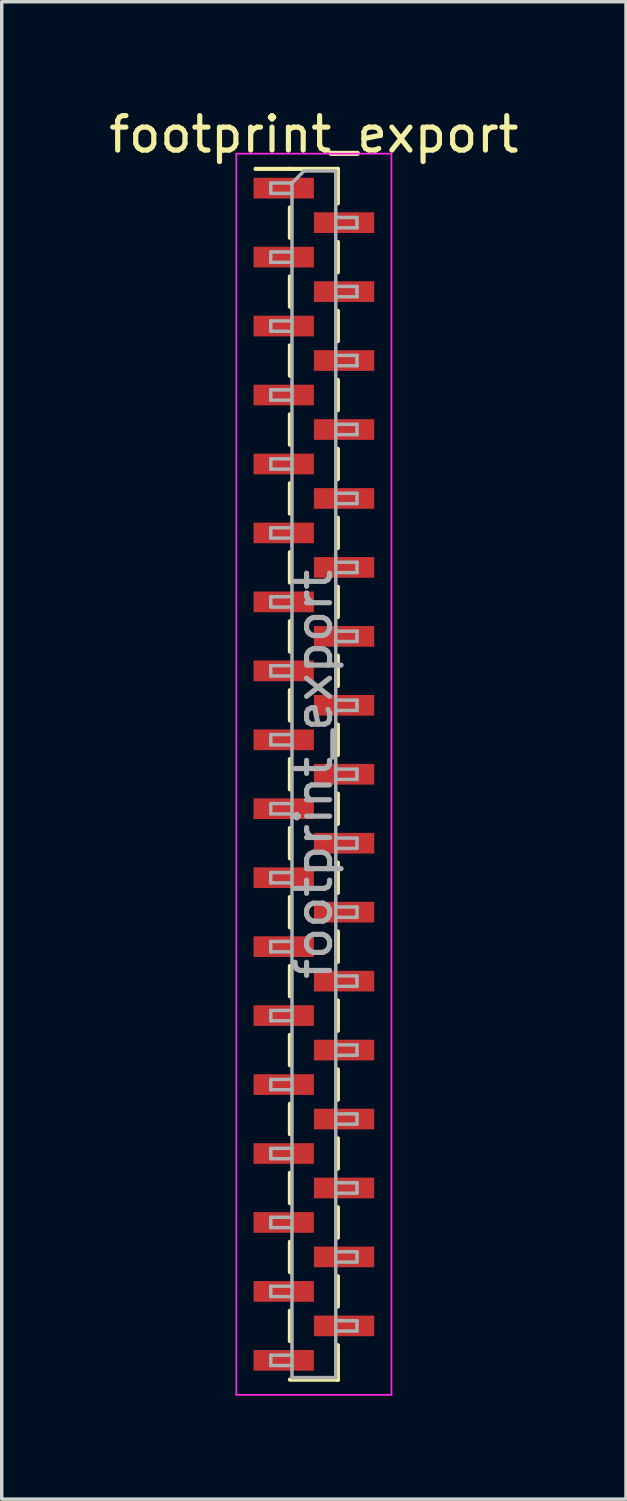
<source format=kicad_pcb>
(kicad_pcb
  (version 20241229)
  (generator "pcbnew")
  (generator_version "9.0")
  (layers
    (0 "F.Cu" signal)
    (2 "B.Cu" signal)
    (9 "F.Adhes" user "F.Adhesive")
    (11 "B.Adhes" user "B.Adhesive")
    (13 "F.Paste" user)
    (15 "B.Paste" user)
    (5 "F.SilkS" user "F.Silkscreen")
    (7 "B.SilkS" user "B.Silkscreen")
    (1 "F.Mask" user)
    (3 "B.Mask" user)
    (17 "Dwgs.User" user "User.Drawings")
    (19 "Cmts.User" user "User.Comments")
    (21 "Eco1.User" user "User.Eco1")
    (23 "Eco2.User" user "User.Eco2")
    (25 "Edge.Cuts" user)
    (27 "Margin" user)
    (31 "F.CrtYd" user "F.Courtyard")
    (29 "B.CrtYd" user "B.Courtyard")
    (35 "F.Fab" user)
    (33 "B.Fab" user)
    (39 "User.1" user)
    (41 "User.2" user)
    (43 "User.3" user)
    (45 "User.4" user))
  (footprint "footprint_export"
    (layer "F.Cu")
    (at 6.054 19.408)
    (property "Reference" "footprint_export" (at 0 -18.56 0) (layer "F.SilkS") (effects (font (size 1 1) (thickness 0.15))))
    (attr smd)
    (fp_line (start -0.695 -17.56) (end -1.69 -17.56) (stroke (width 0.12) (type solid)) (layer "F.SilkS"))
    (fp_line (start -0.695 -17.56) (end -0.695 -17.56) (stroke (width 0.12) (type solid)) (layer "F.SilkS"))
    (fp_line (start -0.695 -17.56) (end 0.695 -17.56) (stroke (width 0.12) (type solid)) (layer "F.SilkS"))
    (fp_line (start -0.695 -16.44) (end -0.695 -15.56) (stroke (width 0.12) (type solid)) (layer "F.SilkS"))
    (fp_line (start -0.695 -14.44) (end -0.695 -13.56) (stroke (width 0.12) (type solid)) (layer "F.SilkS"))
    (fp_line (start -0.695 -12.44) (end -0.695 -11.56) (stroke (width 0.12) (type solid)) (layer "F.SilkS"))
    (fp_line (start -0.695 -10.44) (end -0.695 -9.56) (stroke (width 0.12) (type solid)) (layer "F.SilkS"))
    (fp_line (start -0.695 -8.44) (end -0.695 -7.56) (stroke (width 0.12) (type solid)) (layer "F.SilkS"))
    (fp_line (start -0.695 -6.44) (end -0.695 -5.56) (stroke (width 0.12) (type solid)) (layer "F.SilkS"))
    (fp_line (start -0.695 -4.44) (end -0.695 -3.56) (stroke (width 0.12) (type solid)) (layer "F.SilkS"))
    (fp_line (start -0.695 -2.44) (end -0.695 -1.56) (stroke (width 0.12) (type solid)) (layer "F.SilkS"))
    (fp_line (start -0.695 -0.44) (end -0.695 0.44) (stroke (width 0.12) (type solid)) (layer "F.SilkS"))
    (fp_line (start -0.695 1.56) (end -0.695 2.44) (stroke (width 0.12) (type solid)) (layer "F.SilkS"))
    (fp_line (start -0.695 3.56) (end -0.695 4.44) (stroke (width 0.12) (type solid)) (layer "F.SilkS"))
    (fp_line (start -0.695 5.56) (end -0.695 6.44) (stroke (width 0.12) (type solid)) (layer "F.SilkS"))
    (fp_line (start -0.695 7.56) (end -0.695 8.44) (stroke (width 0.12) (type solid)) (layer "F.SilkS"))
    (fp_line (start -0.695 9.56) (end -0.695 10.44) (stroke (width 0.12) (type solid)) (layer "F.SilkS"))
    (fp_line (start -0.695 11.56) (end -0.695 12.44) (stroke (width 0.12) (type solid)) (layer "F.SilkS"))
    (fp_line (start -0.695 13.56) (end -0.695 14.44) (stroke (width 0.12) (type solid)) (layer "F.SilkS"))
    (fp_line (start -0.695 15.56) (end -0.695 16.44) (stroke (width 0.12) (type solid)) (layer "F.SilkS"))
    (fp_line (start -0.695 17.56) (end 0.695 17.56) (stroke (width 0.12) (type solid)) (layer "F.SilkS"))
    (fp_line (start 0.695 -17.56) (end 0.695 -16.56) (stroke (width 0.12) (type solid)) (layer "F.SilkS"))
    (fp_line (start 0.695 -15.44) (end 0.695 -14.56) (stroke (width 0.12) (type solid)) (layer "F.SilkS"))
    (fp_line (start 0.695 -13.44) (end 0.695 -12.56) (stroke (width 0.12) (type solid)) (layer "F.SilkS"))
    (fp_line (start 0.695 -11.44) (end 0.695 -10.56) (stroke (width 0.12) (type solid)) (layer "F.SilkS"))
    (fp_line (start 0.695 -9.44) (end 0.695 -8.56) (stroke (width 0.12) (type solid)) (layer "F.SilkS"))
    (fp_line (start 0.695 -7.44) (end 0.695 -6.56) (stroke (width 0.12) (type solid)) (layer "F.SilkS"))
    (fp_line (start 0.695 -5.44) (end 0.695 -4.56) (stroke (width 0.12) (type solid)) (layer "F.SilkS"))
    (fp_line (start 0.695 -3.44) (end 0.695 -2.56) (stroke (width 0.12) (type solid)) (layer "F.SilkS"))
    (fp_line (start 0.695 -1.44) (end 0.695 -0.56) (stroke (width 0.12) (type solid)) (layer "F.SilkS"))
    (fp_line (start 0.695 0.56) (end 0.695 1.44) (stroke (width 0.12) (type solid)) (layer "F.SilkS"))
    (fp_line (start 0.695 2.56) (end 0.695 3.44) (stroke (width 0.12) (type solid)) (layer "F.SilkS"))
    (fp_line (start 0.695 4.56) (end 0.695 5.44) (stroke (width 0.12) (type solid)) (layer "F.SilkS"))
    (fp_line (start 0.695 6.56) (end 0.695 7.44) (stroke (width 0.12) (type solid)) (layer "F.SilkS"))
    (fp_line (start 0.695 8.56) (end 0.695 9.44) (stroke (width 0.12) (type solid)) (layer "F.SilkS"))
    (fp_line (start 0.695 10.56) (end 0.695 11.44) (stroke (width 0.12) (type solid)) (layer "F.SilkS"))
    (fp_line (start 0.695 12.56) (end 0.695 13.44) (stroke (width 0.12) (type solid)) (layer "F.SilkS"))
    (fp_line (start 0.695 14.56) (end 0.695 15.44) (stroke (width 0.12) (type solid)) (layer "F.SilkS"))
    (fp_line (start 0.695 16.56) (end 0.695 17.56) (stroke (width 0.12) (type solid)) (layer "F.SilkS"))
    (fp_line (start 0.695 17.56) (end 0.695 17.56) (stroke (width 0.12) (type solid)) (layer "F.SilkS"))
    (fp_line (start -2.25 -18) (end -2.25 18) (stroke (width 0.05) (type solid)) (layer "F.CrtYd"))
    (fp_line (start -2.25 18) (end 2.25 18) (stroke (width 0.05) (type solid)) (layer "F.CrtYd"))
    (fp_line (start 2.25 -18) (end -2.25 -18) (stroke (width 0.05) (type solid)) (layer "F.CrtYd"))
    (fp_line (start 2.25 18) (end 2.25 -18) (stroke (width 0.05) (type solid)) (layer "F.CrtYd"))
    (fp_line (start -1.25 -17.15) (end -1.25 -16.85) (stroke (width 0.1) (type solid)) (layer "F.Fab"))
    (fp_line (start -1.25 -16.85) (end -0.635 -16.85) (stroke (width 0.1) (type solid)) (layer "F.Fab"))
    (fp_line (start -1.25 -15.15) (end -1.25 -14.85) (stroke (width 0.1) (type solid)) (layer "F.Fab"))
    (fp_line (start -1.25 -14.85) (end -0.635 -14.85) (stroke (width 0.1) (type solid)) (layer "F.Fab"))
    (fp_line (start -1.25 -13.15) (end -1.25 -12.85) (stroke (width 0.1) (type solid)) (layer "F.Fab"))
    (fp_line (start -1.25 -12.85) (end -0.635 -12.85) (stroke (width 0.1) (type solid)) (layer "F.Fab"))
    (fp_line (start -1.25 -11.15) (end -1.25 -10.85) (stroke (width 0.1) (type solid)) (layer "F.Fab"))
    (fp_line (start -1.25 -10.85) (end -0.635 -10.85) (stroke (width 0.1) (type solid)) (layer "F.Fab"))
    (fp_line (start -1.25 -9.15) (end -1.25 -8.85) (stroke (width 0.1) (type solid)) (layer "F.Fab"))
    (fp_line (start -1.25 -8.85) (end -0.635 -8.85) (stroke (width 0.1) (type solid)) (layer "F.Fab"))
    (fp_line (start -1.25 -7.15) (end -1.25 -6.85) (stroke (width 0.1) (type solid)) (layer "F.Fab"))
    (fp_line (start -1.25 -6.85) (end -0.635 -6.85) (stroke (width 0.1) (type solid)) (layer "F.Fab"))
    (fp_line (start -1.25 -5.15) (end -1.25 -4.85) (stroke (width 0.1) (type solid)) (layer "F.Fab"))
    (fp_line (start -1.25 -4.85) (end -0.635 -4.85) (stroke (width 0.1) (type solid)) (layer "F.Fab"))
    (fp_line (start -1.25 -3.15) (end -1.25 -2.85) (stroke (width 0.1) (type solid)) (layer "F.Fab"))
    (fp_line (start -1.25 -2.85) (end -0.635 -2.85) (stroke (width 0.1) (type solid)) (layer "F.Fab"))
    (fp_line (start -1.25 -1.15) (end -1.25 -0.85) (stroke (width 0.1) (type solid)) (layer "F.Fab"))
    (fp_line (start -1.25 -0.85) (end -0.635 -0.85) (stroke (width 0.1) (type solid)) (layer "F.Fab"))
    (fp_line (start -1.25 0.85) (end -1.25 1.15) (stroke (width 0.1) (type solid)) (layer "F.Fab"))
    (fp_line (start -1.25 1.15) (end -0.635 1.15) (stroke (width 0.1) (type solid)) (layer "F.Fab"))
    (fp_line (start -1.25 2.85) (end -1.25 3.15) (stroke (width 0.1) (type solid)) (layer "F.Fab"))
    (fp_line (start -1.25 3.15) (end -0.635 3.15) (stroke (width 0.1) (type solid)) (layer "F.Fab"))
    (fp_line (start -1.25 4.85) (end -1.25 5.15) (stroke (width 0.1) (type solid)) (layer "F.Fab"))
    (fp_line (start -1.25 5.15) (end -0.635 5.15) (stroke (width 0.1) (type solid)) (layer "F.Fab"))
    (fp_line (start -1.25 6.85) (end -1.25 7.15) (stroke (width 0.1) (type solid)) (layer "F.Fab"))
    (fp_line (start -1.25 7.15) (end -0.635 7.15) (stroke (width 0.1) (type solid)) (layer "F.Fab"))
    (fp_line (start -1.25 8.85) (end -1.25 9.15) (stroke (width 0.1) (type solid)) (layer "F.Fab"))
    (fp_line (start -1.25 9.15) (end -0.635 9.15) (stroke (width 0.1) (type solid)) (layer "F.Fab"))
    (fp_line (start -1.25 10.85) (end -1.25 11.15) (stroke (width 0.1) (type solid)) (layer "F.Fab"))
    (fp_line (start -1.25 11.15) (end -0.635 11.15) (stroke (width 0.1) (type solid)) (layer "F.Fab"))
    (fp_line (start -1.25 12.85) (end -1.25 13.15) (stroke (width 0.1) (type solid)) (layer "F.Fab"))
    (fp_line (start -1.25 13.15) (end -0.635 13.15) (stroke (width 0.1) (type solid)) (layer "F.Fab"))
    (fp_line (start -1.25 14.85) (end -1.25 15.15) (stroke (width 0.1) (type solid)) (layer "F.Fab"))
    (fp_line (start -1.25 15.15) (end -0.635 15.15) (stroke (width 0.1) (type solid)) (layer "F.Fab"))
    (fp_line (start -1.25 16.85) (end -1.25 17.15) (stroke (width 0.1) (type solid)) (layer "F.Fab"))
    (fp_line (start -1.25 17.15) (end -0.635 17.15) (stroke (width 0.1) (type solid)) (layer "F.Fab"))
    (fp_line (start -0.635 -17.15) (end -1.25 -17.15) (stroke (width 0.1) (type solid)) (layer "F.Fab"))
    (fp_line (start -0.635 -17.15) (end -0.285 -17.5) (stroke (width 0.1) (type solid)) (layer "F.Fab"))
    (fp_line (start -0.635 -15.15) (end -1.25 -15.15) (stroke (width 0.1) (type solid)) (layer "F.Fab"))
    (fp_line (start -0.635 -13.15) (end -1.25 -13.15) (stroke (width 0.1) (type solid)) (layer "F.Fab"))
    (fp_line (start -0.635 -11.15) (end -1.25 -11.15) (stroke (width 0.1) (type solid)) (layer "F.Fab"))
    (fp_line (start -0.635 -9.15) (end -1.25 -9.15) (stroke (width 0.1) (type solid)) (layer "F.Fab"))
    (fp_line (start -0.635 -7.15) (end -1.25 -7.15) (stroke (width 0.1) (type solid)) (layer "F.Fab"))
    (fp_line (start -0.635 -5.15) (end -1.25 -5.15) (stroke (width 0.1) (type solid)) (layer "F.Fab"))
    (fp_line (start -0.635 -3.15) (end -1.25 -3.15) (stroke (width 0.1) (type solid)) (layer "F.Fab"))
    (fp_line (start -0.635 -1.15) (end -1.25 -1.15) (stroke (width 0.1) (type solid)) (layer "F.Fab"))
    (fp_line (start -0.635 0.85) (end -1.25 0.85) (stroke (width 0.1) (type solid)) (layer "F.Fab"))
    (fp_line (start -0.635 2.85) (end -1.25 2.85) (stroke (width 0.1) (type solid)) (layer "F.Fab"))
    (fp_line (start -0.635 4.85) (end -1.25 4.85) (stroke (width 0.1) (type solid)) (layer "F.Fab"))
    (fp_line (start -0.635 6.85) (end -1.25 6.85) (stroke (width 0.1) (type solid)) (layer "F.Fab"))
    (fp_line (start -0.635 8.85) (end -1.25 8.85) (stroke (width 0.1) (type solid)) (layer "F.Fab"))
    (fp_line (start -0.635 10.85) (end -1.25 10.85) (stroke (width 0.1) (type solid)) (layer "F.Fab"))
    (fp_line (start -0.635 12.85) (end -1.25 12.85) (stroke (width 0.1) (type solid)) (layer "F.Fab"))
    (fp_line (start -0.635 14.85) (end -1.25 14.85) (stroke (width 0.1) (type solid)) (layer "F.Fab"))
    (fp_line (start -0.635 16.85) (end -1.25 16.85) (stroke (width 0.1) (type solid)) (layer "F.Fab"))
    (fp_line (start -0.635 17.5) (end -0.635 -17.15) (stroke (width 0.1) (type solid)) (layer "F.Fab"))
    (fp_line (start -0.285 -17.5) (end 0.635 -17.5) (stroke (width 0.1) (type solid)) (layer "F.Fab"))
    (fp_line (start 0.635 -17.5) (end 0.635 17.5) (stroke (width 0.1) (type solid)) (layer "F.Fab"))
    (fp_line (start 0.635 -16.15) (end 1.25 -16.15) (stroke (width 0.1) (type solid)) (layer "F.Fab"))
    (fp_line (start 0.635 -14.15) (end 1.25 -14.15) (stroke (width 0.1) (type solid)) (layer "F.Fab"))
    (fp_line (start 0.635 -12.15) (end 1.25 -12.15) (stroke (width 0.1) (type solid)) (layer "F.Fab"))
    (fp_line (start 0.635 -10.15) (end 1.25 -10.15) (stroke (width 0.1) (type solid)) (layer "F.Fab"))
    (fp_line (start 0.635 -8.15) (end 1.25 -8.15) (stroke (width 0.1) (type solid)) (layer "F.Fab"))
    (fp_line (start 0.635 -6.15) (end 1.25 -6.15) (stroke (width 0.1) (type solid)) (layer "F.Fab"))
    (fp_line (start 0.635 -4.15) (end 1.25 -4.15) (stroke (width 0.1) (type solid)) (layer "F.Fab"))
    (fp_line (start 0.635 -2.15) (end 1.25 -2.15) (stroke (width 0.1) (type solid)) (layer "F.Fab"))
    (fp_line (start 0.635 -0.15) (end 1.25 -0.15) (stroke (width 0.1) (type solid)) (layer "F.Fab"))
    (fp_line (start 0.635 1.85) (end 1.25 1.85) (stroke (width 0.1) (type solid)) (layer "F.Fab"))
    (fp_line (start 0.635 3.85) (end 1.25 3.85) (stroke (width 0.1) (type solid)) (layer "F.Fab"))
    (fp_line (start 0.635 5.85) (end 1.25 5.85) (stroke (width 0.1) (type solid)) (layer "F.Fab"))
    (fp_line (start 0.635 7.85) (end 1.25 7.85) (stroke (width 0.1) (type solid)) (layer "F.Fab"))
    (fp_line (start 0.635 9.85) (end 1.25 9.85) (stroke (width 0.1) (type solid)) (layer "F.Fab"))
    (fp_line (start 0.635 11.85) (end 1.25 11.85) (stroke (width 0.1) (type solid)) (layer "F.Fab"))
    (fp_line (start 0.635 13.85) (end 1.25 13.85) (stroke (width 0.1) (type solid)) (layer "F.Fab"))
    (fp_line (start 0.635 15.85) (end 1.25 15.85) (stroke (width 0.1) (type solid)) (layer "F.Fab"))
    (fp_line (start 0.635 17.5) (end -0.635 17.5) (stroke (width 0.1) (type solid)) (layer "F.Fab"))
    (fp_line (start 1.25 -16.15) (end 1.25 -15.85) (stroke (width 0.1) (type solid)) (layer "F.Fab"))
    (fp_line (start 1.25 -15.85) (end 0.635 -15.85) (stroke (width 0.1) (type solid)) (layer "F.Fab"))
    (fp_line (start 1.25 -14.15) (end 1.25 -13.85) (stroke (width 0.1) (type solid)) (layer "F.Fab"))
    (fp_line (start 1.25 -13.85) (end 0.635 -13.85) (stroke (width 0.1) (type solid)) (layer "F.Fab"))
    (fp_line (start 1.25 -12.15) (end 1.25 -11.85) (stroke (width 0.1) (type solid)) (layer "F.Fab"))
    (fp_line (start 1.25 -11.85) (end 0.635 -11.85) (stroke (width 0.1) (type solid)) (layer "F.Fab"))
    (fp_line (start 1.25 -10.15) (end 1.25 -9.85) (stroke (width 0.1) (type solid)) (layer "F.Fab"))
    (fp_line (start 1.25 -9.85) (end 0.635 -9.85) (stroke (width 0.1) (type solid)) (layer "F.Fab"))
    (fp_line (start 1.25 -8.15) (end 1.25 -7.85) (stroke (width 0.1) (type solid)) (layer "F.Fab"))
    (fp_line (start 1.25 -7.85) (end 0.635 -7.85) (stroke (width 0.1) (type solid)) (layer "F.Fab"))
    (fp_line (start 1.25 -6.15) (end 1.25 -5.85) (stroke (width 0.1) (type solid)) (layer "F.Fab"))
    (fp_line (start 1.25 -5.85) (end 0.635 -5.85) (stroke (width 0.1) (type solid)) (layer "F.Fab"))
    (fp_line (start 1.25 -4.15) (end 1.25 -3.85) (stroke (width 0.1) (type solid)) (layer "F.Fab"))
    (fp_line (start 1.25 -3.85) (end 0.635 -3.85) (stroke (width 0.1) (type solid)) (layer "F.Fab"))
    (fp_line (start 1.25 -2.15) (end 1.25 -1.85) (stroke (width 0.1) (type solid)) (layer "F.Fab"))
    (fp_line (start 1.25 -1.85) (end 0.635 -1.85) (stroke (width 0.1) (type solid)) (layer "F.Fab"))
    (fp_line (start 1.25 -0.15) (end 1.25 0.15) (stroke (width 0.1) (type solid)) (layer "F.Fab"))
    (fp_line (start 1.25 0.15) (end 0.635 0.15) (stroke (width 0.1) (type solid)) (layer "F.Fab"))
    (fp_line (start 1.25 1.85) (end 1.25 2.15) (stroke (width 0.1) (type solid)) (layer "F.Fab"))
    (fp_line (start 1.25 2.15) (end 0.635 2.15) (stroke (width 0.1) (type solid)) (layer "F.Fab"))
    (fp_line (start 1.25 3.85) (end 1.25 4.15) (stroke (width 0.1) (type solid)) (layer "F.Fab"))
    (fp_line (start 1.25 4.15) (end 0.635 4.15) (stroke (width 0.1) (type solid)) (layer "F.Fab"))
    (fp_line (start 1.25 5.85) (end 1.25 6.15) (stroke (width 0.1) (type solid)) (layer "F.Fab"))
    (fp_line (start 1.25 6.15) (end 0.635 6.15) (stroke (width 0.1) (type solid)) (layer "F.Fab"))
    (fp_line (start 1.25 7.85) (end 1.25 8.15) (stroke (width 0.1) (type solid)) (layer "F.Fab"))
    (fp_line (start 1.25 8.15) (end 0.635 8.15) (stroke (width 0.1) (type solid)) (layer "F.Fab"))
    (fp_line (start 1.25 9.85) (end 1.25 10.15) (stroke (width 0.1) (type solid)) (layer "F.Fab"))
    (fp_line (start 1.25 10.15) (end 0.635 10.15) (stroke (width 0.1) (type solid)) (layer "F.Fab"))
    (fp_line (start 1.25 11.85) (end 1.25 12.15) (stroke (width 0.1) (type solid)) (layer "F.Fab"))
    (fp_line (start 1.25 12.15) (end 0.635 12.15) (stroke (width 0.1) (type solid)) (layer "F.Fab"))
    (fp_line (start 1.25 13.85) (end 1.25 14.15) (stroke (width 0.1) (type solid)) (layer "F.Fab"))
    (fp_line (start 1.25 14.15) (end 0.635 14.15) (stroke (width 0.1) (type solid)) (layer "F.Fab"))
    (fp_line (start 1.25 15.85) (end 1.25 16.15) (stroke (width 0.1) (type solid)) (layer "F.Fab"))
    (fp_line (start 1.25 16.15) (end 0.635 16.15) (stroke (width 0.1) (type solid)) (layer "F.Fab"))
    (fp_text user "${REFERENCE}" (at 0 0 90) (layer "F.Fab") (effects (font (size 1 1) (thickness 0.15))))
    (pad "1" smd rect (at -0.875 -17) (size 1.75 0.6) (layers "F.Cu" "F.Mask" "F.Paste"))
    (pad "2" smd rect (at 0.875 -16) (size 1.75 0.6) (layers "F.Cu" "F.Mask" "F.Paste"))
    (pad "3" smd rect (at -0.875 -15) (size 1.75 0.6) (layers "F.Cu" "F.Mask" "F.Paste"))
    (pad "4" smd rect (at 0.875 -14) (size 1.75 0.6) (layers "F.Cu" "F.Mask" "F.Paste"))
    (pad "5" smd rect (at -0.875 -13) (size 1.75 0.6) (layers "F.Cu" "F.Mask" "F.Paste"))
    (pad "6" smd rect (at 0.875 -12) (size 1.75 0.6) (layers "F.Cu" "F.Mask" "F.Paste"))
    (pad "7" smd rect (at -0.875 -11) (size 1.75 0.6) (layers "F.Cu" "F.Mask" "F.Paste"))
    (pad "8" smd rect (at 0.875 -10) (size 1.75 0.6) (layers "F.Cu" "F.Mask" "F.Paste"))
    (pad "9" smd rect (at -0.875 -9) (size 1.75 0.6) (layers "F.Cu" "F.Mask" "F.Paste"))
    (pad "10" smd rect (at 0.875 -8) (size 1.75 0.6) (layers "F.Cu" "F.Mask" "F.Paste"))
    (pad "11" smd rect (at -0.875 -7) (size 1.75 0.6) (layers "F.Cu" "F.Mask" "F.Paste"))
    (pad "12" smd rect (at 0.875 -6) (size 1.75 0.6) (layers "F.Cu" "F.Mask" "F.Paste"))
    (pad "13" smd rect (at -0.875 -5) (size 1.75 0.6) (layers "F.Cu" "F.Mask" "F.Paste"))
    (pad "14" smd rect (at 0.875 -4) (size 1.75 0.6) (layers "F.Cu" "F.Mask" "F.Paste"))
    (pad "15" smd rect (at -0.875 -3) (size 1.75 0.6) (layers "F.Cu" "F.Mask" "F.Paste"))
    (pad "16" smd rect (at 0.875 -2) (size 1.75 0.6) (layers "F.Cu" "F.Mask" "F.Paste"))
    (pad "17" smd rect (at -0.875 -1) (size 1.75 0.6) (layers "F.Cu" "F.Mask" "F.Paste"))
    (pad "18" smd rect (at 0.875 0) (size 1.75 0.6) (layers "F.Cu" "F.Mask" "F.Paste"))
    (pad "19" smd rect (at -0.875 1) (size 1.75 0.6) (layers "F.Cu" "F.Mask" "F.Paste"))
    (pad "20" smd rect (at 0.875 2) (size 1.75 0.6) (layers "F.Cu" "F.Mask" "F.Paste"))
    (pad "21" smd rect (at -0.875 3) (size 1.75 0.6) (layers "F.Cu" "F.Mask" "F.Paste"))
    (pad "22" smd rect (at 0.875 4) (size 1.75 0.6) (layers "F.Cu" "F.Mask" "F.Paste"))
    (pad "23" smd rect (at -0.875 5) (size 1.75 0.6) (layers "F.Cu" "F.Mask" "F.Paste"))
    (pad "24" smd rect (at 0.875 6) (size 1.75 0.6) (layers "F.Cu" "F.Mask" "F.Paste"))
    (pad "25" smd rect (at -0.875 7) (size 1.75 0.6) (layers "F.Cu" "F.Mask" "F.Paste"))
    (pad "26" smd rect (at 0.875 8) (size 1.75 0.6) (layers "F.Cu" "F.Mask" "F.Paste"))
    (pad "27" smd rect (at -0.875 9) (size 1.75 0.6) (layers "F.Cu" "F.Mask" "F.Paste"))
    (pad "28" smd rect (at 0.875 10) (size 1.75 0.6) (layers "F.Cu" "F.Mask" "F.Paste"))
    (pad "29" smd rect (at -0.875 11) (size 1.75 0.6) (layers "F.Cu" "F.Mask" "F.Paste"))
    (pad "30" smd rect (at 0.875 12) (size 1.75 0.6) (layers "F.Cu" "F.Mask" "F.Paste"))
    (pad "31" smd rect (at -0.875 13) (size 1.75 0.6) (layers "F.Cu" "F.Mask" "F.Paste"))
    (pad "32" smd rect (at 0.875 14) (size 1.75 0.6) (layers "F.Cu" "F.Mask" "F.Paste"))
    (pad "33" smd rect (at -0.875 15) (size 1.75 0.6) (layers "F.Cu" "F.Mask" "F.Paste"))
    (pad "34" smd rect (at 0.875 16) (size 1.75 0.6) (layers "F.Cu" "F.Mask" "F.Paste"))
    (pad "35" smd rect (at -0.875 17) (size 1.75 0.6) (layers "F.Cu" "F.Mask" "F.Paste")))
  (gr_rect
    (start -3 -3)
    (end 15.107 40.433)
    (stroke (width 0.1) (type default))
    (fill no)
    (layer "Edge.Cuts")))
</source>
